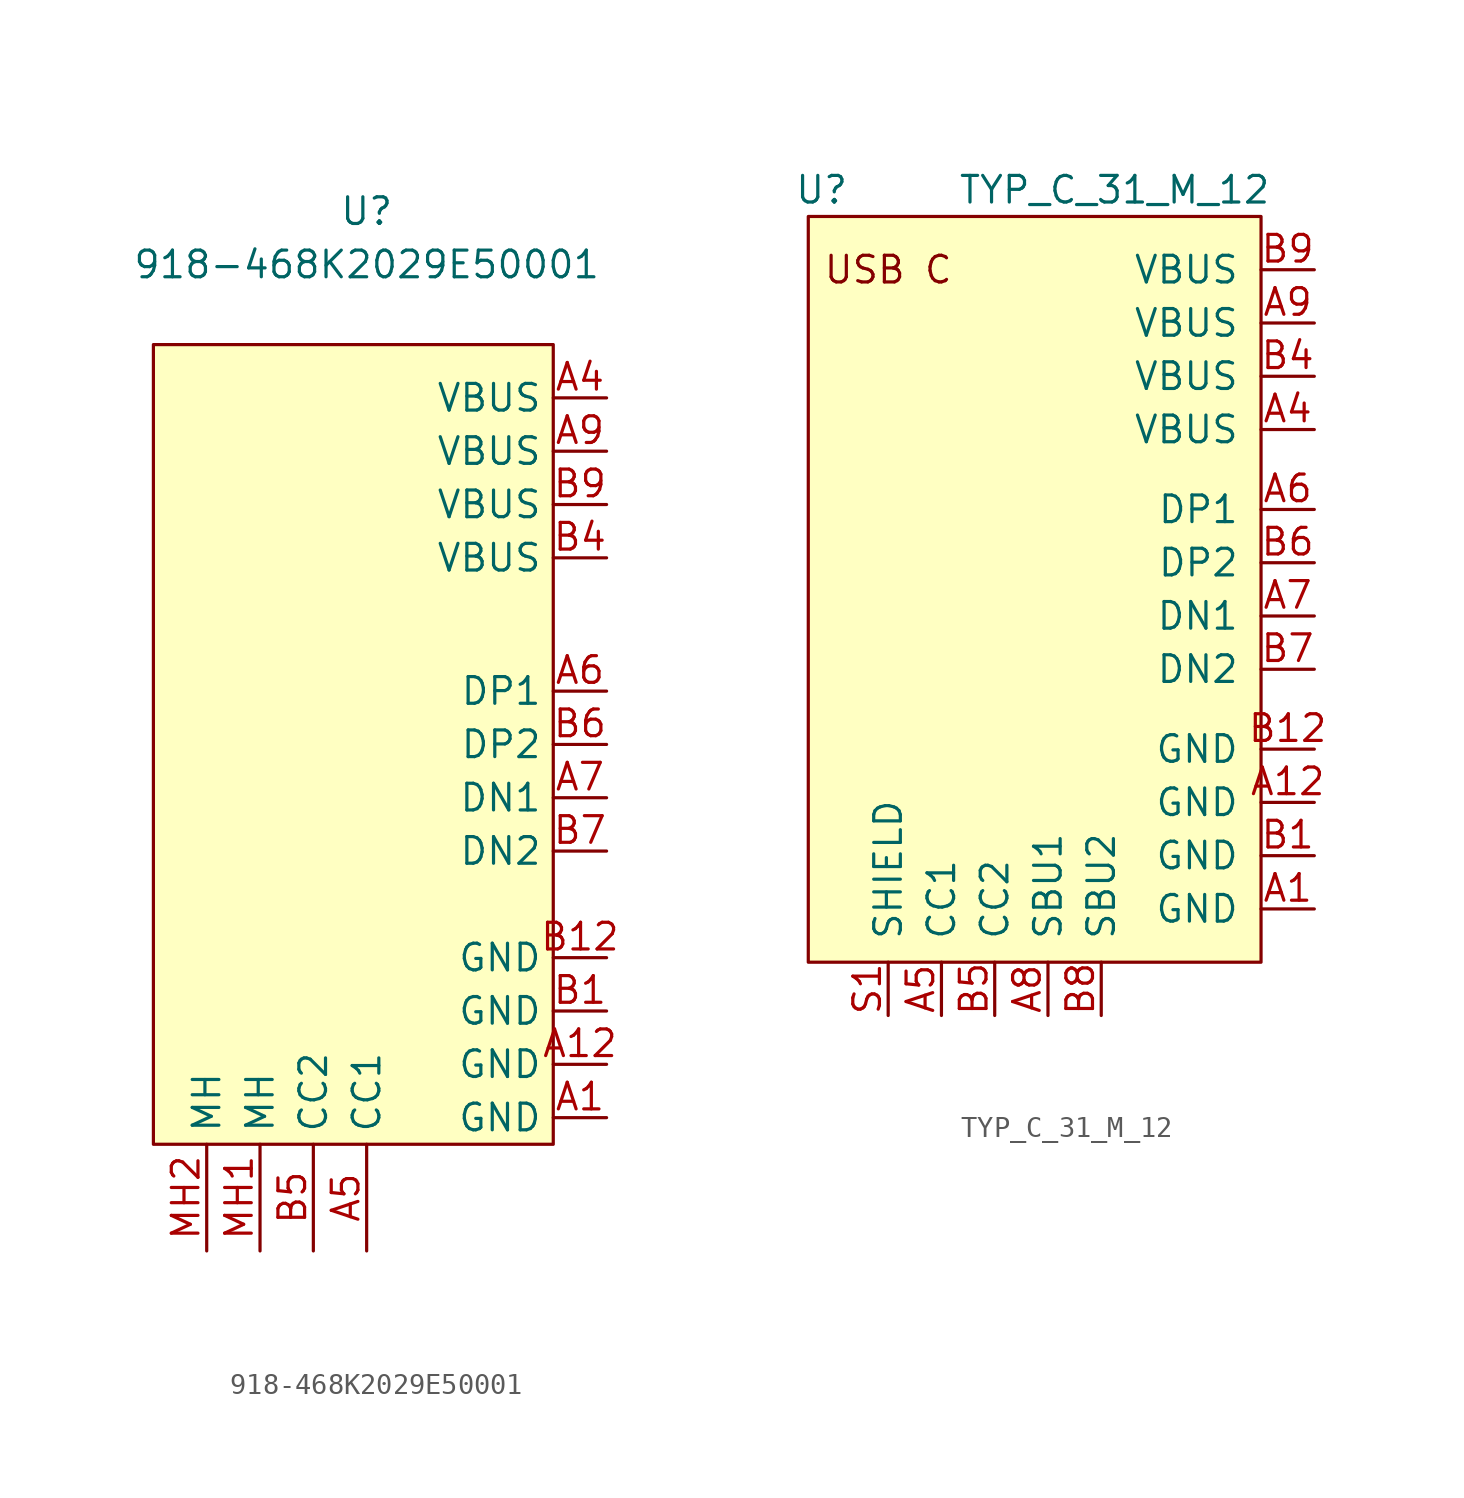
<source format=kicad_sym>
(kicad_symbol_lib
  (version 20211014)
  (generator kicad_symbol_editor)
  (symbol "918-468K2029E50001"
    (property "Reference" "U"
      (at 0 26.67 0)
      (effects (font (size 1.27 1.27))))
    (property "Value" "918-468K2029E50001"
      (at 0 24.13 0)
      (effects (font (size 1.27 1.27))))
    (symbol "918-468K2029E50001_0_1"
      (rectangle (start -10.16 20.32) (end 8.89 -17.78) (stroke (width 0) (type default) (color 0 0 0 0)) (fill (type background))))
    (symbol "918-468K2029E50001_1_1"
      (pin power_in line (at 11.43 -16.51 180) (length 2.54) (name "GND" (effects (font (size 1.27 1.27)))) (number "A1" (effects (font (size 1.27 1.27)))))
      (pin power_in line (at 11.43 -13.97 180) (length 2.54) (name "GND" (effects (font (size 1.27 1.27)))) (number "A12" (effects (font (size 1.27 1.27)))))
      (pin power_in line (at 11.43 17.78 180) (length 2.54) (name "VBUS" (effects (font (size 1.27 1.27)))) (number "A4" (effects (font (size 1.27 1.27)))))
      (pin bidirectional line (at 0 -22.86 90) (length 5.08) (name "CC1" (effects (font (size 1.27 1.27)))) (number "A5" (effects (font (size 1.27 1.27)))))
      (pin bidirectional line (at 11.43 3.81 180) (length 2.54) (name "DP1" (effects (font (size 1.27 1.27)))) (number "A6" (effects (font (size 1.27 1.27)))))
      (pin bidirectional line (at 11.43 -1.27 180) (length 2.54) (name "DN1" (effects (font (size 1.27 1.27)))) (number "A7" (effects (font (size 1.27 1.27)))))
      (pin power_in line (at 11.43 15.24 180) (length 2.54) (name "VBUS" (effects (font (size 1.27 1.27)))) (number "A9" (effects (font (size 1.27 1.27)))))
      (pin power_in line (at 11.43 -11.43 180) (length 2.54) (name "GND" (effects (font (size 1.27 1.27)))) (number "B1" (effects (font (size 1.27 1.27)))))
      (pin power_in line (at 11.43 -8.89 180) (length 2.54) (name "GND" (effects (font (size 1.27 1.27)))) (number "B12" (effects (font (size 1.27 1.27)))))
      (pin power_in line (at 11.43 10.16 180) (length 2.54) (name "VBUS" (effects (font (size 1.27 1.27)))) (number "B4" (effects (font (size 1.27 1.27)))))
      (pin bidirectional line (at -2.54 -22.86 90) (length 5.08) (name "CC2" (effects (font (size 1.27 1.27)))) (number "B5" (effects (font (size 1.27 1.27)))))
      (pin bidirectional line (at 11.43 1.27 180) (length 2.54) (name "DP2" (effects (font (size 1.27 1.27)))) (number "B6" (effects (font (size 1.27 1.27)))))
      (pin bidirectional line (at 11.43 -3.81 180) (length 2.54) (name "DN2" (effects (font (size 1.27 1.27)))) (number "B7" (effects (font (size 1.27 1.27)))))
      (pin power_in line (at 11.43 12.7 180) (length 2.54) (name "VBUS" (effects (font (size 1.27 1.27)))) (number "B9" (effects (font (size 1.27 1.27)))))
      (pin passive line (at -5.08 -22.86 90) (length 5.08) (name "MH" (effects (font (size 1.27 1.27)))) (number "MH1" (effects (font (size 1.27 1.27)))))
      (pin passive line (at -7.62 -22.86 90) (length 5.08) (name "MH" (effects (font (size 1.27 1.27)))) (number "MH2" (effects (font (size 1.27 1.27)))))))
  (symbol "TYP_C_31_M_12"
    (pin_names
      (offset 1.016))
    (property "Reference" "U"
      (at -9.525 17.78 0)
      (effects (font (size 1.27 1.27))))
    (property "Value" "TYP_C_31_M_12"
      (at 4.445 17.78 0)
      (effects (font (size 1.27 1.27))))
    (symbol "TYP_C_31_M_12_1_1"
      (rectangle (start -10.16 16.51) (end 11.43 -19.05) (stroke (width 0) (type default) (color 0 0 0 0)) (fill (type background)))
      (text "USB C" (at -6.35 13.97 0) (effects (font (size 1.27 1.27))))
      (pin bidirectional line (at 13.97 -16.51 180) (length 2.54) (name "GND" (effects (font (size 1.27 1.27)))) (number "A1" (effects (font (size 1.27 1.27)))))
      (pin bidirectional line (at 13.97 -11.43 180) (length 2.54) (name "GND" (effects (font (size 1.27 1.27)))) (number "A12" (effects (font (size 1.27 1.27)))))
      (pin bidirectional line (at 13.97 6.35 180) (length 2.54) (name "VBUS" (effects (font (size 1.27 1.27)))) (number "A4" (effects (font (size 1.27 1.27)))))
      (pin bidirectional line (at -3.81 -21.59 90) (length 2.54) (name "CC1" (effects (font (size 1.27 1.27)))) (number "A5" (effects (font (size 1.27 1.27)))))
      (pin bidirectional line (at 13.97 2.54 180) (length 2.54) (name "DP1" (effects (font (size 1.27 1.27)))) (number "A6" (effects (font (size 1.27 1.27)))))
      (pin bidirectional line (at 13.97 -2.54 180) (length 2.54) (name "DN1" (effects (font (size 1.27 1.27)))) (number "A7" (effects (font (size 1.27 1.27)))))
      (pin bidirectional line (at 1.27 -21.59 90) (length 2.54) (name "SBU1" (effects (font (size 1.27 1.27)))) (number "A8" (effects (font (size 1.27 1.27)))))
      (pin bidirectional line (at 13.97 11.43 180) (length 2.54) (name "VBUS" (effects (font (size 1.27 1.27)))) (number "A9" (effects (font (size 1.27 1.27)))))
      (pin bidirectional line (at 13.97 -13.97 180) (length 2.54) (name "GND" (effects (font (size 1.27 1.27)))) (number "B1" (effects (font (size 1.27 1.27)))))
      (pin bidirectional line (at 13.97 -8.89 180) (length 2.54) (name "GND" (effects (font (size 1.27 1.27)))) (number "B12" (effects (font (size 1.27 1.27)))))
      (pin bidirectional line (at 13.97 8.89 180) (length 2.54) (name "VBUS" (effects (font (size 1.27 1.27)))) (number "B4" (effects (font (size 1.27 1.27)))))
      (pin bidirectional line (at -1.27 -21.59 90) (length 2.54) (name "CC2" (effects (font (size 1.27 1.27)))) (number "B5" (effects (font (size 1.27 1.27)))))
      (pin bidirectional line (at 13.97 0 180) (length 2.54) (name "DP2" (effects (font (size 1.27 1.27)))) (number "B6" (effects (font (size 1.27 1.27)))))
      (pin bidirectional line (at 13.97 -5.08 180) (length 2.54) (name "DN2" (effects (font (size 1.27 1.27)))) (number "B7" (effects (font (size 1.27 1.27)))))
      (pin bidirectional line (at 3.81 -21.59 90) (length 2.54) (name "SBU2" (effects (font (size 1.27 1.27)))) (number "B8" (effects (font (size 1.27 1.27)))))
      (pin bidirectional line (at 13.97 13.97 180) (length 2.54) (name "VBUS" (effects (font (size 1.27 1.27)))) (number "B9" (effects (font (size 1.27 1.27)))))
      (pin bidirectional line (at -6.35 -21.59 90) (length 2.54) (name "SHIELD" (effects (font (size 1.27 1.27)))) (number "S1" (effects (font (size 1.27 1.27))))))))
</source>
